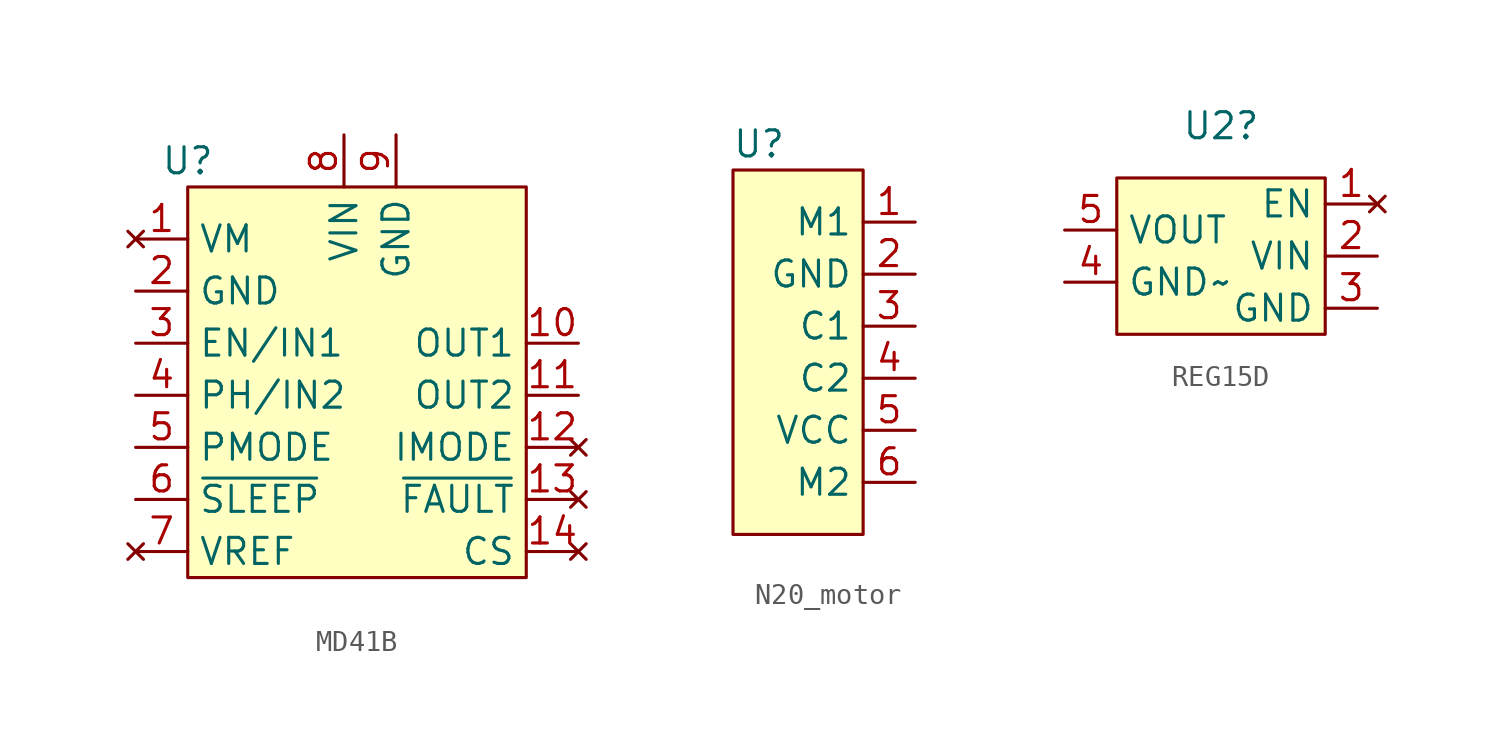
<source format=kicad_sym>
(kicad_symbol_lib
  (version 20220914)
  (generator kicad_symbol_editor)
  (symbol "MD41B"
    (property "Reference" "U"
      (at -8.89 10.16 0)
      (effects (font (size 1.27 1.27))))
    (property "Value" ""
      (at -1.27 1.27 0)
      (effects (font (size 1.27 1.27))))
    (symbol "MD41B_1_1"
      (polyline (pts (xy -8.89 8.89) (xy 7.62 8.89) (xy 7.62 -10.16) (xy -8.89 -10.16) (xy -8.89 8.89)) (stroke (width 0) (type default)) (fill (type background)))
      (pin no_connect line (at -11.43 6.35 0) (length 2.54) (name "VM" (effects (font (size 1.27 1.27)))) (number "1" (effects (font (size 1.27 1.27)))))
      (pin power_out line (at 10.16 1.27 180) (length 2.54) (name "OUT1" (effects (font (size 1.27 1.27)))) (number "10" (effects (font (size 1.27 1.27)))))
      (pin power_out line (at 10.16 -1.27 180) (length 2.54) (name "OUT2" (effects (font (size 1.27 1.27)))) (number "11" (effects (font (size 1.27 1.27)))))
      (pin no_connect line (at 10.16 -3.81 180) (length 2.54) (name "IMODE" (effects (font (size 1.27 1.27)))) (number "12" (effects (font (size 1.27 1.27)))))
      (pin no_connect line (at 10.16 -6.35 180) (length 2.54) (name "~{FAULT}" (effects (font (size 1.27 1.27)))) (number "13" (effects (font (size 1.27 1.27)))))
      (pin no_connect line (at 10.16 -8.89 180) (length 2.54) (name "CS" (effects (font (size 1.27 1.27)))) (number "14" (effects (font (size 1.27 1.27)))))
      (pin passive line (at -11.43 3.81 0) (length 2.54) (name "GND" (effects (font (size 1.27 1.27)))) (number "2" (effects (font (size 1.27 1.27)))))
      (pin input line (at -11.43 1.27 0) (length 2.54) (name "EN/IN1" (effects (font (size 1.27 1.27)))) (number "3" (effects (font (size 1.27 1.27)))))
      (pin input line (at -11.43 -1.27 0) (length 2.54) (name "PH/IN2" (effects (font (size 1.27 1.27)))) (number "4" (effects (font (size 1.27 1.27)))))
      (pin passive line (at -11.43 -3.81 0) (length 2.54) (name "PMODE" (effects (font (size 1.27 1.27)))) (number "5" (effects (font (size 1.27 1.27)))))
      (pin input line (at -11.43 -6.35 0) (length 2.54) (name "~{SLEEP}" (effects (font (size 1.27 1.27)))) (number "6" (effects (font (size 1.27 1.27)))))
      (pin no_connect line (at -11.43 -8.89 0) (length 2.54) (name "VREF" (effects (font (size 1.27 1.27)))) (number "7" (effects (font (size 1.27 1.27)))))
      (pin power_in line (at -1.27 11.43 270) (length 2.54) (name "VIN" (effects (font (size 1.27 1.27)))) (number "8" (effects (font (size 1.27 1.27)))))
      (pin passive line (at 1.27 11.43 270) (length 2.54) (name "GND" (effects (font (size 1.27 1.27)))) (number "9" (effects (font (size 1.27 1.27)))))))
  (symbol "N20_motor"
    (property "Reference" "U"
      (at -2.54 7.62 0)
      (effects (font (size 1.27 1.27))))
    (property "Value" ""
      (at 0 0 0)
      (effects (font (size 1.27 1.27))))
    (symbol "N20_motor_1_1"
      (polyline (pts (xy 2.54 6.35) (xy -3.81 6.35) (xy -3.81 -11.43) (xy 2.54 -11.43) (xy 2.54 6.35)) (stroke (width 0) (type default)) (fill (type background)))
      (pin power_in line (at 5.08 3.81 180) (length 2.54) (name "M1" (effects (font (size 1.27 1.27)))) (number "1" (effects (font (size 1.27 1.27)))))
      (pin power_in line (at 5.08 1.27 180) (length 2.54) (name "GND" (effects (font (size 1.27 1.27)))) (number "2" (effects (font (size 1.27 1.27)))))
      (pin output line (at 5.08 -1.27 180) (length 2.54) (name "C1" (effects (font (size 1.27 1.27)))) (number "3" (effects (font (size 1.27 1.27)))))
      (pin output line (at 5.08 -3.81 180) (length 2.54) (name "C2" (effects (font (size 1.27 1.27)))) (number "4" (effects (font (size 1.27 1.27)))))
      (pin output line (at 5.08 -6.35 180) (length 2.54) (name "VCC" (effects (font (size 1.27 1.27)))) (number "5" (effects (font (size 1.27 1.27)))))
      (pin power_in line (at 5.08 -8.89 180) (length 2.54) (name "M2" (effects (font (size 1.27 1.27)))) (number "6" (effects (font (size 1.27 1.27)))))))
  (symbol "REG15D"
    (property "Reference" "U2"
      (at 0 6.35 0)
      (effects (font (size 1.27 1.27))))
    (property "Value" "~"
      (at 0 -1.27 0)
      (effects (font (size 1.27 1.27))))
    (symbol "REG15D_1_1"
      (polyline (pts (xy 5.08 -3.81) (xy -5.08 -3.81) (xy -5.08 3.81) (xy 5.08 3.81) (xy 5.08 -3.81)) (stroke (width 0) (type default)) (fill (type background)))
      (pin no_connect line (at 7.62 2.54 180) (length 2.54) (name "EN" (effects (font (size 1.27 1.27)))) (number "1" (effects (font (size 1.27 1.27)))))
      (pin power_in line (at 7.62 0 180) (length 2.54) (name "VIN" (effects (font (size 1.27 1.27)))) (number "2" (effects (font (size 1.27 1.27)))))
      (pin power_in line (at 7.62 -2.54 180) (length 2.54) (name "GND" (effects (font (size 1.27 1.27)))) (number "3" (effects (font (size 1.27 1.27)))))
      (pin power_out line (at -7.62 -1.27 0) (length 2.54) (name "GND" (effects (font (size 1.27 1.27)))) (number "4" (effects (font (size 1.27 1.27)))))
      (pin power_out line (at -7.62 1.27 0) (length 2.54) (name "VOUT" (effects (font (size 1.27 1.27)))) (number "5" (effects (font (size 1.27 1.27))))))))
</source>
